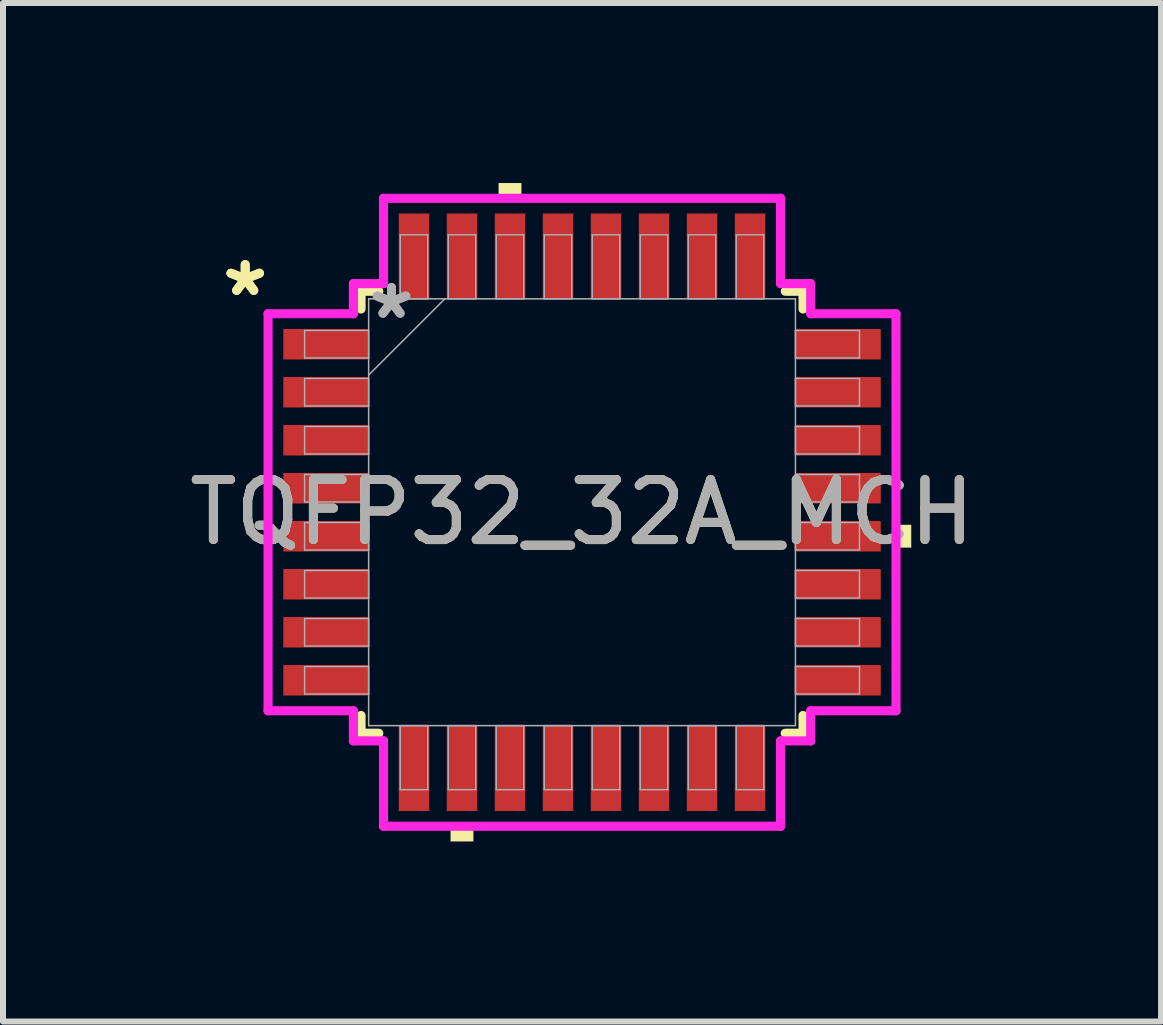
<source format=kicad_pcb>
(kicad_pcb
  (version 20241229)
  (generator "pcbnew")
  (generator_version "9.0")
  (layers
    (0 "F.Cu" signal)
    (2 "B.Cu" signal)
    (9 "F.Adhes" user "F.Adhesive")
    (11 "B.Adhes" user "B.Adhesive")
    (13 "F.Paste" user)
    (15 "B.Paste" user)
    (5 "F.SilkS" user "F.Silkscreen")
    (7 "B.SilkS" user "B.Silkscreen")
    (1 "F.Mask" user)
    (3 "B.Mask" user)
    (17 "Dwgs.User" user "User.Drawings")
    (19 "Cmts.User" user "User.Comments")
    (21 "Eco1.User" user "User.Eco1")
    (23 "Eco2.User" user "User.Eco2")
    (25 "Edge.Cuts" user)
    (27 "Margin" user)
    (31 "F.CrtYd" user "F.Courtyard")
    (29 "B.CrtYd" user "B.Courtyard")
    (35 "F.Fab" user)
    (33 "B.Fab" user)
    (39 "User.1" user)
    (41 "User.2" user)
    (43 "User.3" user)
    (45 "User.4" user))
  (footprint "TQFP32_32A_MCH"
    (layer "F.Cu")
    (at 6.649 5.486)
    (property "Reference" "TQFP32_32A_MCH" (at 0 0 0) (unlocked yes) (layer "F.SilkS") (effects (font (size 1 1) (thickness 0.15))))
    (attr smd)
    (fp_line (start -3.683 -3.683) (end -3.683 -3.387) (stroke (width 0.152) (type solid)) (layer "F.SilkS"))
    (fp_line (start -3.683 3.387) (end -3.683 3.683) (stroke (width 0.152) (type solid)) (layer "F.SilkS"))
    (fp_line (start -3.683 3.683) (end -3.387 3.683) (stroke (width 0.152) (type solid)) (layer "F.SilkS"))
    (fp_line (start -3.387 -3.683) (end -3.683 -3.683) (stroke (width 0.152) (type solid)) (layer "F.SilkS"))
    (fp_line (start 3.387 3.683) (end 3.683 3.683) (stroke (width 0.152) (type solid)) (layer "F.SilkS"))
    (fp_line (start 3.683 -3.683) (end 3.387 -3.683) (stroke (width 0.152) (type solid)) (layer "F.SilkS"))
    (fp_line (start 3.683 -3.387) (end 3.683 -3.683) (stroke (width 0.152) (type solid)) (layer "F.SilkS"))
    (fp_line (start 3.683 3.683) (end 3.683 3.387) (stroke (width 0.152) (type solid)) (layer "F.SilkS"))
    (fp_poly (pts (xy -2.191 5.232) (xy -2.191 5.486) (xy -1.81 5.486) (xy -1.81 5.232)) (stroke (width 0) (type solid)) (fill yes) (layer "F.SilkS"))
    (fp_poly (pts (xy -1.391 -5.232) (xy -1.391 -5.486) (xy -1.01 -5.486) (xy -1.01 -5.232)) (stroke (width 0) (type solid)) (fill yes) (layer "F.SilkS"))
    (fp_poly (pts (xy 5.486 0.209) (xy 5.486 0.59) (xy 5.232 0.59) (xy 5.232 0.209)) (stroke (width 0) (type solid)) (fill yes) (layer "F.SilkS"))
    (fp_line (start -5.232 -3.308) (end -3.81 -3.308) (stroke (width 0.152) (type solid)) (layer "F.CrtYd"))
    (fp_line (start -5.232 3.308) (end -5.232 -3.308) (stroke (width 0.152) (type solid)) (layer "F.CrtYd"))
    (fp_line (start -3.81 -3.81) (end -3.308 -3.81) (stroke (width 0.152) (type solid)) (layer "F.CrtYd"))
    (fp_line (start -3.81 -3.308) (end -3.81 -3.81) (stroke (width 0.152) (type solid)) (layer "F.CrtYd"))
    (fp_line (start -3.81 3.308) (end -5.232 3.308) (stroke (width 0.152) (type solid)) (layer "F.CrtYd"))
    (fp_line (start -3.81 3.81) (end -3.81 3.308) (stroke (width 0.152) (type solid)) (layer "F.CrtYd"))
    (fp_line (start -3.81 3.81) (end -3.308 3.81) (stroke (width 0.152) (type solid)) (layer "F.CrtYd"))
    (fp_line (start -3.308 -5.232) (end 3.308 -5.232) (stroke (width 0.152) (type solid)) (layer "F.CrtYd"))
    (fp_line (start -3.308 -3.81) (end -3.308 -5.232) (stroke (width 0.152) (type solid)) (layer "F.CrtYd"))
    (fp_line (start -3.308 3.81) (end -3.308 5.232) (stroke (width 0.152) (type solid)) (layer "F.CrtYd"))
    (fp_line (start -3.308 5.232) (end 3.308 5.232) (stroke (width 0.152) (type solid)) (layer "F.CrtYd"))
    (fp_line (start 3.308 -5.232) (end 3.308 -3.81) (stroke (width 0.152) (type solid)) (layer "F.CrtYd"))
    (fp_line (start 3.308 -3.81) (end 3.81 -3.81) (stroke (width 0.152) (type solid)) (layer "F.CrtYd"))
    (fp_line (start 3.308 3.81) (end 3.81 3.81) (stroke (width 0.152) (type solid)) (layer "F.CrtYd"))
    (fp_line (start 3.308 5.232) (end 3.308 3.81) (stroke (width 0.152) (type solid)) (layer "F.CrtYd"))
    (fp_line (start 3.81 -3.308) (end 3.81 -3.81) (stroke (width 0.152) (type solid)) (layer "F.CrtYd"))
    (fp_line (start 3.81 3.308) (end 5.232 3.308) (stroke (width 0.152) (type solid)) (layer "F.CrtYd"))
    (fp_line (start 3.81 3.81) (end 3.81 3.308) (stroke (width 0.152) (type solid)) (layer "F.CrtYd"))
    (fp_line (start 5.232 -3.308) (end 3.81 -3.308) (stroke (width 0.152) (type solid)) (layer "F.CrtYd"))
    (fp_line (start 5.232 3.308) (end 5.232 -3.308) (stroke (width 0.152) (type solid)) (layer "F.CrtYd"))
    (fp_line (start -4.623 -3.029) (end -4.623 -2.571) (stroke (width 0.025) (type solid)) (layer "F.Fab"))
    (fp_line (start -4.623 -2.571) (end -3.556 -2.571) (stroke (width 0.025) (type solid)) (layer "F.Fab"))
    (fp_line (start -4.623 -2.229) (end -4.623 -1.771) (stroke (width 0.025) (type solid)) (layer "F.Fab"))
    (fp_line (start -4.623 -1.771) (end -3.556 -1.771) (stroke (width 0.025) (type solid)) (layer "F.Fab"))
    (fp_line (start -4.623 -1.429) (end -4.623 -0.971) (stroke (width 0.025) (type solid)) (layer "F.Fab"))
    (fp_line (start -4.623 -0.971) (end -3.556 -0.971) (stroke (width 0.025) (type solid)) (layer "F.Fab"))
    (fp_line (start -4.623 -0.629) (end -4.623 -0.171) (stroke (width 0.025) (type solid)) (layer "F.Fab"))
    (fp_line (start -4.623 -0.171) (end -3.556 -0.171) (stroke (width 0.025) (type solid)) (layer "F.Fab"))
    (fp_line (start -4.623 0.171) (end -4.623 0.629) (stroke (width 0.025) (type solid)) (layer "F.Fab"))
    (fp_line (start -4.623 0.629) (end -3.556 0.629) (stroke (width 0.025) (type solid)) (layer "F.Fab"))
    (fp_line (start -4.623 0.971) (end -4.623 1.429) (stroke (width 0.025) (type solid)) (layer "F.Fab"))
    (fp_line (start -4.623 1.429) (end -3.556 1.429) (stroke (width 0.025) (type solid)) (layer "F.Fab"))
    (fp_line (start -4.623 1.771) (end -4.623 2.229) (stroke (width 0.025) (type solid)) (layer "F.Fab"))
    (fp_line (start -4.623 2.229) (end -3.556 2.229) (stroke (width 0.025) (type solid)) (layer "F.Fab"))
    (fp_line (start -4.623 2.571) (end -4.623 3.029) (stroke (width 0.025) (type solid)) (layer "F.Fab"))
    (fp_line (start -4.623 3.029) (end -3.556 3.029) (stroke (width 0.025) (type solid)) (layer "F.Fab"))
    (fp_line (start -3.556 -3.556) (end -3.556 3.556) (stroke (width 0.025) (type solid)) (layer "F.Fab"))
    (fp_line (start -3.556 -3.029) (end -4.623 -3.029) (stroke (width 0.025) (type solid)) (layer "F.Fab"))
    (fp_line (start -3.556 -2.571) (end -3.556 -3.029) (stroke (width 0.025) (type solid)) (layer "F.Fab"))
    (fp_line (start -3.556 -2.286) (end -2.286 -3.556) (stroke (width 0.025) (type solid)) (layer "F.Fab"))
    (fp_line (start -3.556 -2.229) (end -4.623 -2.229) (stroke (width 0.025) (type solid)) (layer "F.Fab"))
    (fp_line (start -3.556 -1.771) (end -3.556 -2.229) (stroke (width 0.025) (type solid)) (layer "F.Fab"))
    (fp_line (start -3.556 -1.429) (end -4.623 -1.429) (stroke (width 0.025) (type solid)) (layer "F.Fab"))
    (fp_line (start -3.556 -0.971) (end -3.556 -1.429) (stroke (width 0.025) (type solid)) (layer "F.Fab"))
    (fp_line (start -3.556 -0.629) (end -4.623 -0.629) (stroke (width 0.025) (type solid)) (layer "F.Fab"))
    (fp_line (start -3.556 -0.171) (end -3.556 -0.629) (stroke (width 0.025) (type solid)) (layer "F.Fab"))
    (fp_line (start -3.556 0.171) (end -4.623 0.171) (stroke (width 0.025) (type solid)) (layer "F.Fab"))
    (fp_line (start -3.556 0.629) (end -3.556 0.171) (stroke (width 0.025) (type solid)) (layer "F.Fab"))
    (fp_line (start -3.556 0.971) (end -4.623 0.971) (stroke (width 0.025) (type solid)) (layer "F.Fab"))
    (fp_line (start -3.556 1.429) (end -3.556 0.971) (stroke (width 0.025) (type solid)) (layer "F.Fab"))
    (fp_line (start -3.556 1.771) (end -4.623 1.771) (stroke (width 0.025) (type solid)) (layer "F.Fab"))
    (fp_line (start -3.556 2.229) (end -3.556 1.771) (stroke (width 0.025) (type solid)) (layer "F.Fab"))
    (fp_line (start -3.556 2.571) (end -4.623 2.571) (stroke (width 0.025) (type solid)) (layer "F.Fab"))
    (fp_line (start -3.556 3.029) (end -3.556 2.571) (stroke (width 0.025) (type solid)) (layer "F.Fab"))
    (fp_line (start -3.556 3.556) (end 3.556 3.556) (stroke (width 0.025) (type solid)) (layer "F.Fab"))
    (fp_line (start -3.029 -4.623) (end -3.029 -3.556) (stroke (width 0.025) (type solid)) (layer "F.Fab"))
    (fp_line (start -3.029 -3.556) (end -2.571 -3.556) (stroke (width 0.025) (type solid)) (layer "F.Fab"))
    (fp_line (start -3.029 3.556) (end -3.029 4.623) (stroke (width 0.025) (type solid)) (layer "F.Fab"))
    (fp_line (start -3.029 4.623) (end -2.571 4.623) (stroke (width 0.025) (type solid)) (layer "F.Fab"))
    (fp_line (start -2.571 -4.623) (end -3.029 -4.623) (stroke (width 0.025) (type solid)) (layer "F.Fab"))
    (fp_line (start -2.571 -3.556) (end -2.571 -4.623) (stroke (width 0.025) (type solid)) (layer "F.Fab"))
    (fp_line (start -2.571 3.556) (end -3.029 3.556) (stroke (width 0.025) (type solid)) (layer "F.Fab"))
    (fp_line (start -2.571 4.623) (end -2.571 3.556) (stroke (width 0.025) (type solid)) (layer "F.Fab"))
    (fp_line (start -2.229 -4.623) (end -2.229 -3.556) (stroke (width 0.025) (type solid)) (layer "F.Fab"))
    (fp_line (start -2.229 -3.556) (end -1.771 -3.556) (stroke (width 0.025) (type solid)) (layer "F.Fab"))
    (fp_line (start -2.229 3.556) (end -2.229 4.623) (stroke (width 0.025) (type solid)) (layer "F.Fab"))
    (fp_line (start -2.229 4.623) (end -1.771 4.623) (stroke (width 0.025) (type solid)) (layer "F.Fab"))
    (fp_line (start -1.771 -4.623) (end -2.229 -4.623) (stroke (width 0.025) (type solid)) (layer "F.Fab"))
    (fp_line (start -1.771 -3.556) (end -1.771 -4.623) (stroke (width 0.025) (type solid)) (layer "F.Fab"))
    (fp_line (start -1.771 3.556) (end -2.229 3.556) (stroke (width 0.025) (type solid)) (layer "F.Fab"))
    (fp_line (start -1.771 4.623) (end -1.771 3.556) (stroke (width 0.025) (type solid)) (layer "F.Fab"))
    (fp_line (start -1.429 -4.623) (end -1.429 -3.556) (stroke (width 0.025) (type solid)) (layer "F.Fab"))
    (fp_line (start -1.429 -3.556) (end -0.971 -3.556) (stroke (width 0.025) (type solid)) (layer "F.Fab"))
    (fp_line (start -1.429 3.556) (end -1.429 4.623) (stroke (width 0.025) (type solid)) (layer "F.Fab"))
    (fp_line (start -1.429 4.623) (end -0.971 4.623) (stroke (width 0.025) (type solid)) (layer "F.Fab"))
    (fp_line (start -0.971 -4.623) (end -1.429 -4.623) (stroke (width 0.025) (type solid)) (layer "F.Fab"))
    (fp_line (start -0.971 -3.556) (end -0.971 -4.623) (stroke (width 0.025) (type solid)) (layer "F.Fab"))
    (fp_line (start -0.971 3.556) (end -1.429 3.556) (stroke (width 0.025) (type solid)) (layer "F.Fab"))
    (fp_line (start -0.971 4.623) (end -0.971 3.556) (stroke (width 0.025) (type solid)) (layer "F.Fab"))
    (fp_line (start -0.629 -4.623) (end -0.629 -3.556) (stroke (width 0.025) (type solid)) (layer "F.Fab"))
    (fp_line (start -0.629 -3.556) (end -0.171 -3.556) (stroke (width 0.025) (type solid)) (layer "F.Fab"))
    (fp_line (start -0.629 3.556) (end -0.629 4.623) (stroke (width 0.025) (type solid)) (layer "F.Fab"))
    (fp_line (start -0.629 4.623) (end -0.171 4.623) (stroke (width 0.025) (type solid)) (layer "F.Fab"))
    (fp_line (start -0.171 -4.623) (end -0.629 -4.623) (stroke (width 0.025) (type solid)) (layer "F.Fab"))
    (fp_line (start -0.171 -3.556) (end -0.171 -4.623) (stroke (width 0.025) (type solid)) (layer "F.Fab"))
    (fp_line (start -0.171 3.556) (end -0.629 3.556) (stroke (width 0.025) (type solid)) (layer "F.Fab"))
    (fp_line (start -0.171 4.623) (end -0.171 3.556) (stroke (width 0.025) (type solid)) (layer "F.Fab"))
    (fp_line (start 0.171 -4.623) (end 0.171 -3.556) (stroke (width 0.025) (type solid)) (layer "F.Fab"))
    (fp_line (start 0.171 -3.556) (end 0.629 -3.556) (stroke (width 0.025) (type solid)) (layer "F.Fab"))
    (fp_line (start 0.171 3.556) (end 0.171 4.623) (stroke (width 0.025) (type solid)) (layer "F.Fab"))
    (fp_line (start 0.171 4.623) (end 0.629 4.623) (stroke (width 0.025) (type solid)) (layer "F.Fab"))
    (fp_line (start 0.629 -4.623) (end 0.171 -4.623) (stroke (width 0.025) (type solid)) (layer "F.Fab"))
    (fp_line (start 0.629 -3.556) (end 0.629 -4.623) (stroke (width 0.025) (type solid)) (layer "F.Fab"))
    (fp_line (start 0.629 3.556) (end 0.171 3.556) (stroke (width 0.025) (type solid)) (layer "F.Fab"))
    (fp_line (start 0.629 4.623) (end 0.629 3.556) (stroke (width 0.025) (type solid)) (layer "F.Fab"))
    (fp_line (start 0.971 -4.623) (end 0.971 -3.556) (stroke (width 0.025) (type solid)) (layer "F.Fab"))
    (fp_line (start 0.971 -3.556) (end 1.429 -3.556) (stroke (width 0.025) (type solid)) (layer "F.Fab"))
    (fp_line (start 0.971 3.556) (end 0.971 4.623) (stroke (width 0.025) (type solid)) (layer "F.Fab"))
    (fp_line (start 0.971 4.623) (end 1.429 4.623) (stroke (width 0.025) (type solid)) (layer "F.Fab"))
    (fp_line (start 1.429 -4.623) (end 0.971 -4.623) (stroke (width 0.025) (type solid)) (layer "F.Fab"))
    (fp_line (start 1.429 -3.556) (end 1.429 -4.623) (stroke (width 0.025) (type solid)) (layer "F.Fab"))
    (fp_line (start 1.429 3.556) (end 0.971 3.556) (stroke (width 0.025) (type solid)) (layer "F.Fab"))
    (fp_line (start 1.429 4.623) (end 1.429 3.556) (stroke (width 0.025) (type solid)) (layer "F.Fab"))
    (fp_line (start 1.771 -4.623) (end 1.771 -3.556) (stroke (width 0.025) (type solid)) (layer "F.Fab"))
    (fp_line (start 1.771 -3.556) (end 2.229 -3.556) (stroke (width 0.025) (type solid)) (layer "F.Fab"))
    (fp_line (start 1.771 3.556) (end 1.771 4.623) (stroke (width 0.025) (type solid)) (layer "F.Fab"))
    (fp_line (start 1.771 4.623) (end 2.229 4.623) (stroke (width 0.025) (type solid)) (layer "F.Fab"))
    (fp_line (start 2.229 -4.623) (end 1.771 -4.623) (stroke (width 0.025) (type solid)) (layer "F.Fab"))
    (fp_line (start 2.229 -3.556) (end 2.229 -4.623) (stroke (width 0.025) (type solid)) (layer "F.Fab"))
    (fp_line (start 2.229 3.556) (end 1.771 3.556) (stroke (width 0.025) (type solid)) (layer "F.Fab"))
    (fp_line (start 2.229 4.623) (end 2.229 3.556) (stroke (width 0.025) (type solid)) (layer "F.Fab"))
    (fp_line (start 2.571 -4.623) (end 2.571 -3.556) (stroke (width 0.025) (type solid)) (layer "F.Fab"))
    (fp_line (start 2.571 -3.556) (end 3.029 -3.556) (stroke (width 0.025) (type solid)) (layer "F.Fab"))
    (fp_line (start 2.571 3.556) (end 2.571 4.623) (stroke (width 0.025) (type solid)) (layer "F.Fab"))
    (fp_line (start 2.571 4.623) (end 3.029 4.623) (stroke (width 0.025) (type solid)) (layer "F.Fab"))
    (fp_line (start 3.029 -4.623) (end 2.571 -4.623) (stroke (width 0.025) (type solid)) (layer "F.Fab"))
    (fp_line (start 3.029 -3.556) (end 3.029 -4.623) (stroke (width 0.025) (type solid)) (layer "F.Fab"))
    (fp_line (start 3.029 3.556) (end 2.571 3.556) (stroke (width 0.025) (type solid)) (layer "F.Fab"))
    (fp_line (start 3.029 4.623) (end 3.029 3.556) (stroke (width 0.025) (type solid)) (layer "F.Fab"))
    (fp_line (start 3.556 -3.556) (end -3.556 -3.556) (stroke (width 0.025) (type solid)) (layer "F.Fab"))
    (fp_line (start 3.556 -3.029) (end 3.556 -2.571) (stroke (width 0.025) (type solid)) (layer "F.Fab"))
    (fp_line (start 3.556 -2.571) (end 4.623 -2.571) (stroke (width 0.025) (type solid)) (layer "F.Fab"))
    (fp_line (start 3.556 -2.229) (end 3.556 -1.771) (stroke (width 0.025) (type solid)) (layer "F.Fab"))
    (fp_line (start 3.556 -1.771) (end 4.623 -1.771) (stroke (width 0.025) (type solid)) (layer "F.Fab"))
    (fp_line (start 3.556 -1.429) (end 3.556 -0.971) (stroke (width 0.025) (type solid)) (layer "F.Fab"))
    (fp_line (start 3.556 -0.971) (end 4.623 -0.971) (stroke (width 0.025) (type solid)) (layer "F.Fab"))
    (fp_line (start 3.556 -0.629) (end 3.556 -0.171) (stroke (width 0.025) (type solid)) (layer "F.Fab"))
    (fp_line (start 3.556 -0.171) (end 4.623 -0.171) (stroke (width 0.025) (type solid)) (layer "F.Fab"))
    (fp_line (start 3.556 0.171) (end 3.556 0.629) (stroke (width 0.025) (type solid)) (layer "F.Fab"))
    (fp_line (start 3.556 0.629) (end 4.623 0.629) (stroke (width 0.025) (type solid)) (layer "F.Fab"))
    (fp_line (start 3.556 0.971) (end 3.556 1.429) (stroke (width 0.025) (type solid)) (layer "F.Fab"))
    (fp_line (start 3.556 1.429) (end 4.623 1.429) (stroke (width 0.025) (type solid)) (layer "F.Fab"))
    (fp_line (start 3.556 1.771) (end 3.556 2.229) (stroke (width 0.025) (type solid)) (layer "F.Fab"))
    (fp_line (start 3.556 2.229) (end 4.623 2.229) (stroke (width 0.025) (type solid)) (layer "F.Fab"))
    (fp_line (start 3.556 2.571) (end 3.556 3.029) (stroke (width 0.025) (type solid)) (layer "F.Fab"))
    (fp_line (start 3.556 3.029) (end 4.623 3.029) (stroke (width 0.025) (type solid)) (layer "F.Fab"))
    (fp_line (start 3.556 3.556) (end 3.556 -3.556) (stroke (width 0.025) (type solid)) (layer "F.Fab"))
    (fp_line (start 4.623 -3.029) (end 3.556 -3.029) (stroke (width 0.025) (type solid)) (layer "F.Fab"))
    (fp_line (start 4.623 -2.571) (end 4.623 -3.029) (stroke (width 0.025) (type solid)) (layer "F.Fab"))
    (fp_line (start 4.623 -2.229) (end 3.556 -2.229) (stroke (width 0.025) (type solid)) (layer "F.Fab"))
    (fp_line (start 4.623 -1.771) (end 4.623 -2.229) (stroke (width 0.025) (type solid)) (layer "F.Fab"))
    (fp_line (start 4.623 -1.429) (end 3.556 -1.429) (stroke (width 0.025) (type solid)) (layer "F.Fab"))
    (fp_line (start 4.623 -0.971) (end 4.623 -1.429) (stroke (width 0.025) (type solid)) (layer "F.Fab"))
    (fp_line (start 4.623 -0.629) (end 3.556 -0.629) (stroke (width 0.025) (type solid)) (layer "F.Fab"))
    (fp_line (start 4.623 -0.171) (end 4.623 -0.629) (stroke (width 0.025) (type solid)) (layer "F.Fab"))
    (fp_line (start 4.623 0.171) (end 3.556 0.171) (stroke (width 0.025) (type solid)) (layer "F.Fab"))
    (fp_line (start 4.623 0.629) (end 4.623 0.171) (stroke (width 0.025) (type solid)) (layer "F.Fab"))
    (fp_line (start 4.623 0.971) (end 3.556 0.971) (stroke (width 0.025) (type solid)) (layer "F.Fab"))
    (fp_line (start 4.623 1.429) (end 4.623 0.971) (stroke (width 0.025) (type solid)) (layer "F.Fab"))
    (fp_line (start 4.623 1.771) (end 3.556 1.771) (stroke (width 0.025) (type solid)) (layer "F.Fab"))
    (fp_line (start 4.623 2.229) (end 4.623 1.771) (stroke (width 0.025) (type solid)) (layer "F.Fab"))
    (fp_line (start 4.623 2.571) (end 3.556 2.571) (stroke (width 0.025) (type solid)) (layer "F.Fab"))
    (fp_line (start 4.623 3.029) (end 4.623 2.571) (stroke (width 0.025) (type solid)) (layer "F.Fab"))
    (fp_text user "*" (at -5.613 -3.581 0) (layer "F.SilkS") (effects (font (size 1 1) (thickness 0.15))))
    (fp_text user "*" (at -5.613 -3.581 0) (unlocked yes) (layer "F.SilkS") (effects (font (size 1 1) (thickness 0.15))))
    (fp_text user "*" (at -3.175 -3.2 0) (layer "F.Fab") (effects (font (size 1 1) (thickness 0.15))))
    (fp_text user "${REFERENCE}" (at 0 0 0) (unlocked yes) (layer "F.Fab") (effects (font (size 1 1) (thickness 0.15))))
    (fp_text user "*" (at -3.175 -3.2 0) (unlocked yes) (layer "F.Fab") (effects (font (size 1 1) (thickness 0.15))))
    (pad "1" smd rect (at -4.267 -2.8 90) (size 0.508 1.422) (layers "F.Cu" "F.Mask" "F.Paste"))
    (pad "2" smd rect (at -4.267 -2 90) (size 0.508 1.422) (layers "F.Cu" "F.Mask" "F.Paste"))
    (pad "3" smd rect (at -4.267 -1.2 90) (size 0.508 1.422) (layers "F.Cu" "F.Mask" "F.Paste"))
    (pad "4" smd rect (at -4.267 -0.4 90) (size 0.508 1.422) (layers "F.Cu" "F.Mask" "F.Paste"))
    (pad "5" smd rect (at -4.267 0.4 90) (size 0.508 1.422) (layers "F.Cu" "F.Mask" "F.Paste"))
    (pad "6" smd rect (at -4.267 1.2 90) (size 0.508 1.422) (layers "F.Cu" "F.Mask" "F.Paste"))
    (pad "7" smd rect (at -4.267 2 90) (size 0.508 1.422) (layers "F.Cu" "F.Mask" "F.Paste"))
    (pad "8" smd rect (at -4.267 2.8 90) (size 0.508 1.422) (layers "F.Cu" "F.Mask" "F.Paste"))
    (pad "9" smd rect (at -2.8 4.267) (size 0.508 1.422) (layers "F.Cu" "F.Mask" "F.Paste"))
    (pad "10" smd rect (at -2 4.267) (size 0.508 1.422) (layers "F.Cu" "F.Mask" "F.Paste"))
    (pad "11" smd rect (at -1.2 4.267) (size 0.508 1.422) (layers "F.Cu" "F.Mask" "F.Paste"))
    (pad "12" smd rect (at -0.4 4.267) (size 0.508 1.422) (layers "F.Cu" "F.Mask" "F.Paste"))
    (pad "13" smd rect (at 0.4 4.267) (size 0.508 1.422) (layers "F.Cu" "F.Mask" "F.Paste"))
    (pad "14" smd rect (at 1.2 4.267) (size 0.508 1.422) (layers "F.Cu" "F.Mask" "F.Paste"))
    (pad "15" smd rect (at 2 4.267) (size 0.508 1.422) (layers "F.Cu" "F.Mask" "F.Paste"))
    (pad "16" smd rect (at 2.8 4.267) (size 0.508 1.422) (layers "F.Cu" "F.Mask" "F.Paste"))
    (pad "17" smd rect (at 4.267 2.8 90) (size 0.508 1.422) (layers "F.Cu" "F.Mask" "F.Paste"))
    (pad "18" smd rect (at 4.267 2 90) (size 0.508 1.422) (layers "F.Cu" "F.Mask" "F.Paste"))
    (pad "19" smd rect (at 4.267 1.2 90) (size 0.508 1.422) (layers "F.Cu" "F.Mask" "F.Paste"))
    (pad "20" smd rect (at 4.267 0.4 90) (size 0.508 1.422) (layers "F.Cu" "F.Mask" "F.Paste"))
    (pad "21" smd rect (at 4.267 -0.4 90) (size 0.508 1.422) (layers "F.Cu" "F.Mask" "F.Paste"))
    (pad "22" smd rect (at 4.267 -1.2 90) (size 0.508 1.422) (layers "F.Cu" "F.Mask" "F.Paste"))
    (pad "23" smd rect (at 4.267 -2 90) (size 0.508 1.422) (layers "F.Cu" "F.Mask" "F.Paste"))
    (pad "24" smd rect (at 4.267 -2.8 90) (size 0.508 1.422) (layers "F.Cu" "F.Mask" "F.Paste"))
    (pad "25" smd rect (at 2.8 -4.267) (size 0.508 1.422) (layers "F.Cu" "F.Mask" "F.Paste"))
    (pad "26" smd rect (at 2 -4.267) (size 0.508 1.422) (layers "F.Cu" "F.Mask" "F.Paste"))
    (pad "27" smd rect (at 1.2 -4.267) (size 0.508 1.422) (layers "F.Cu" "F.Mask" "F.Paste"))
    (pad "28" smd rect (at 0.4 -4.267) (size 0.508 1.422) (layers "F.Cu" "F.Mask" "F.Paste"))
    (pad "29" smd rect (at -0.4 -4.267) (size 0.508 1.422) (layers "F.Cu" "F.Mask" "F.Paste"))
    (pad "30" smd rect (at -1.2 -4.267) (size 0.508 1.422) (layers "F.Cu" "F.Mask" "F.Paste"))
    (pad "31" smd rect (at -2 -4.267) (size 0.508 1.422) (layers "F.Cu" "F.Mask" "F.Paste"))
    (pad "32" smd rect (at -2.8 -4.267) (size 0.508 1.422) (layers "F.Cu" "F.Mask" "F.Paste")))
  (gr_rect
    (start -3 -3)
    (end 16.298 13.973)
    (stroke (width 0.1) (type default))
    (fill no)
    (layer "Edge.Cuts")))
</source>
